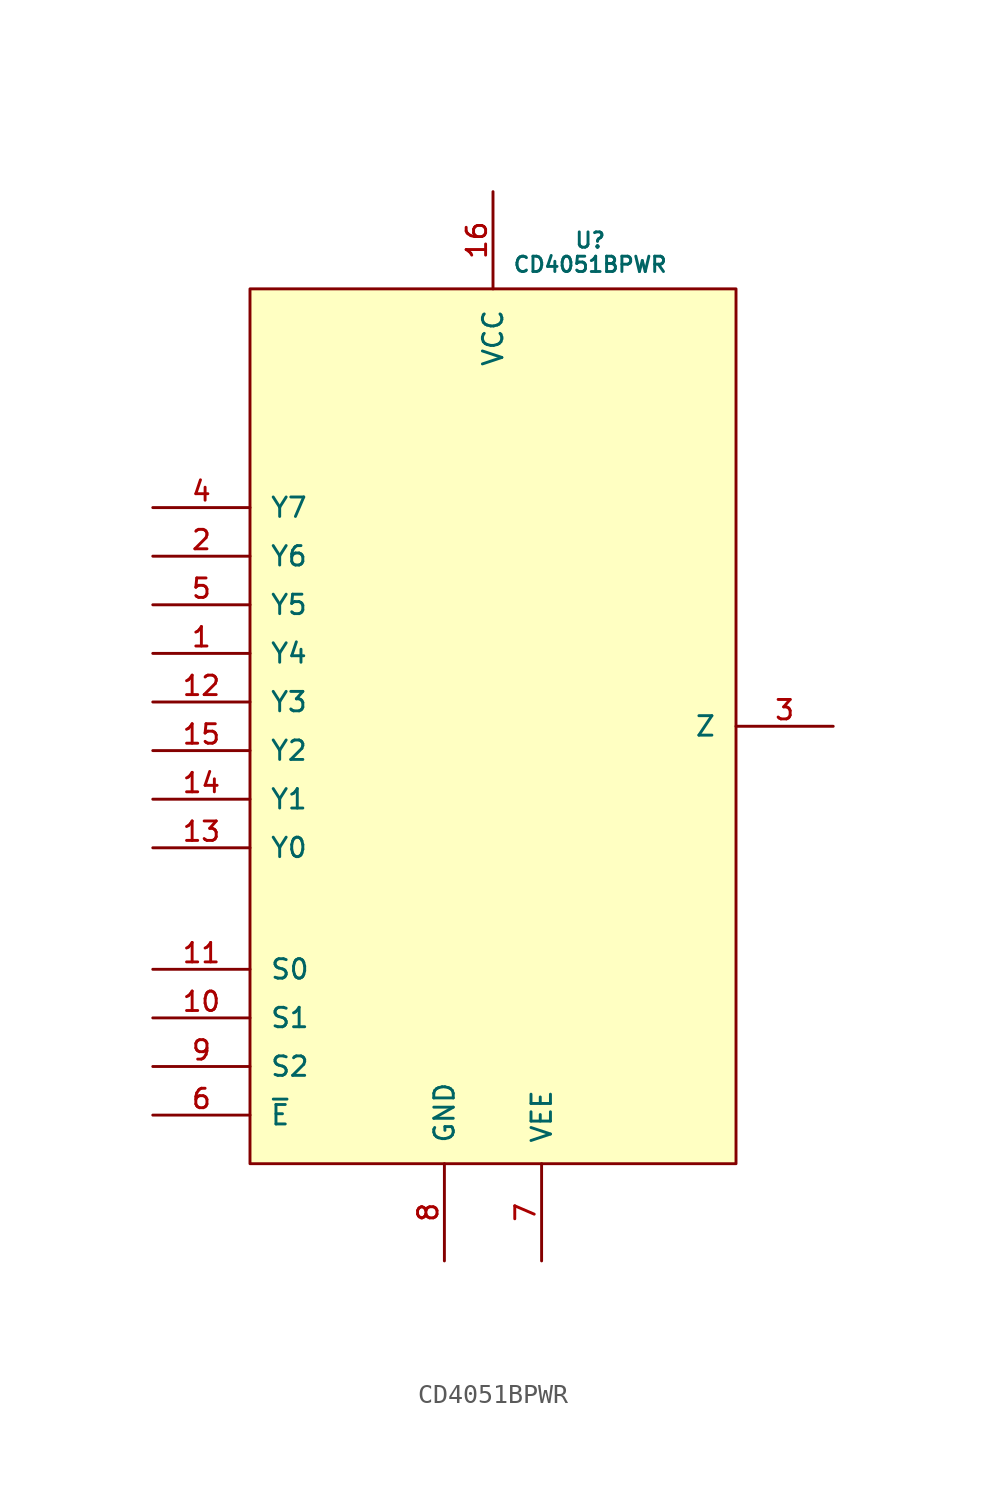
<source format=kicad_sym>
(kicad_symbol_lib
  (version 20220914)
  (generator kicad_symbol_editor)
  (symbol "CD4051BPWR"
    (pin_names
      (offset 1.016))
    (property "Reference" "U"
      (at 5.08 25.4 0)
      (do_not_autoplace)
      (effects (font (size 0.8 0.8))))
    (property "Value" "CD4051BPWR"
      (at 5.08 24.13 0)
      (do_not_autoplace)
      (effects (font (size 0.8 0.8))))
    (symbol "CD4051BPWR_1_0"
      (rectangle (start -12.7 22.86) (end 12.7 -22.86) (stroke (width 0) (type default)) (fill (type background)))
      (pin bidirectional line (at -17.78 3.81 0) (length 5.08) (name "Y4" (effects (font (size 1.016 1.016)))) (number "1" (effects (font (size 1.016 1.016)))))
      (pin bidirectional line (at -17.78 -15.24 0) (length 5.08) (name "S1" (effects (font (size 1.016 1.016)))) (number "10" (effects (font (size 1.016 1.016)))))
      (pin bidirectional line (at -17.78 -12.7 0) (length 5.08) (name "S0" (effects (font (size 1.016 1.016)))) (number "11" (effects (font (size 1.016 1.016)))))
      (pin bidirectional line (at -17.78 1.27 0) (length 5.08) (name "Y3" (effects (font (size 1.016 1.016)))) (number "12" (effects (font (size 1.016 1.016)))))
      (pin bidirectional line (at -17.78 -6.35 0) (length 5.08) (name "Y0" (effects (font (size 1.016 1.016)))) (number "13" (effects (font (size 1.016 1.016)))))
      (pin bidirectional line (at -17.78 -3.81 0) (length 5.08) (name "Y1" (effects (font (size 1.016 1.016)))) (number "14" (effects (font (size 1.016 1.016)))))
      (pin bidirectional line (at -17.78 -1.27 0) (length 5.08) (name "Y2" (effects (font (size 1.016 1.016)))) (number "15" (effects (font (size 1.016 1.016)))))
      (pin power_in line (at 0 27.94 270) (length 5.08) (name "VCC" (effects (font (size 1.016 1.016)))) (number "16" (effects (font (size 1.016 1.016)))))
      (pin bidirectional line (at -17.78 8.89 0) (length 5.08) (name "Y6" (effects (font (size 1.016 1.016)))) (number "2" (effects (font (size 1.016 1.016)))))
      (pin bidirectional line (at 17.78 0 180) (length 5.08) (name "Z" (effects (font (size 1.016 1.016)))) (number "3" (effects (font (size 1.016 1.016)))))
      (pin bidirectional line (at -17.78 11.43 0) (length 5.08) (name "Y7" (effects (font (size 1.016 1.016)))) (number "4" (effects (font (size 1.016 1.016)))))
      (pin bidirectional line (at -17.78 6.35 0) (length 5.08) (name "Y5" (effects (font (size 1.016 1.016)))) (number "5" (effects (font (size 1.016 1.016)))))
      (pin bidirectional line (at -17.78 -20.32 0) (length 5.08) (name "~{E}" (effects (font (size 1.016 1.016)))) (number "6" (effects (font (size 1.016 1.016)))))
      (pin power_in line (at 2.54 -27.94 90) (length 5.08) (name "VEE" (effects (font (size 1.016 1.016)))) (number "7" (effects (font (size 1.016 1.016)))))
      (pin power_in line (at -2.54 -27.94 90) (length 5.08) (name "GND" (effects (font (size 1.016 1.016)))) (number "8" (effects (font (size 1.016 1.016)))))
      (pin bidirectional line (at -17.78 -17.78 0) (length 5.08) (name "S2" (effects (font (size 1.016 1.016)))) (number "9" (effects (font (size 1.016 1.016))))))))
</source>
